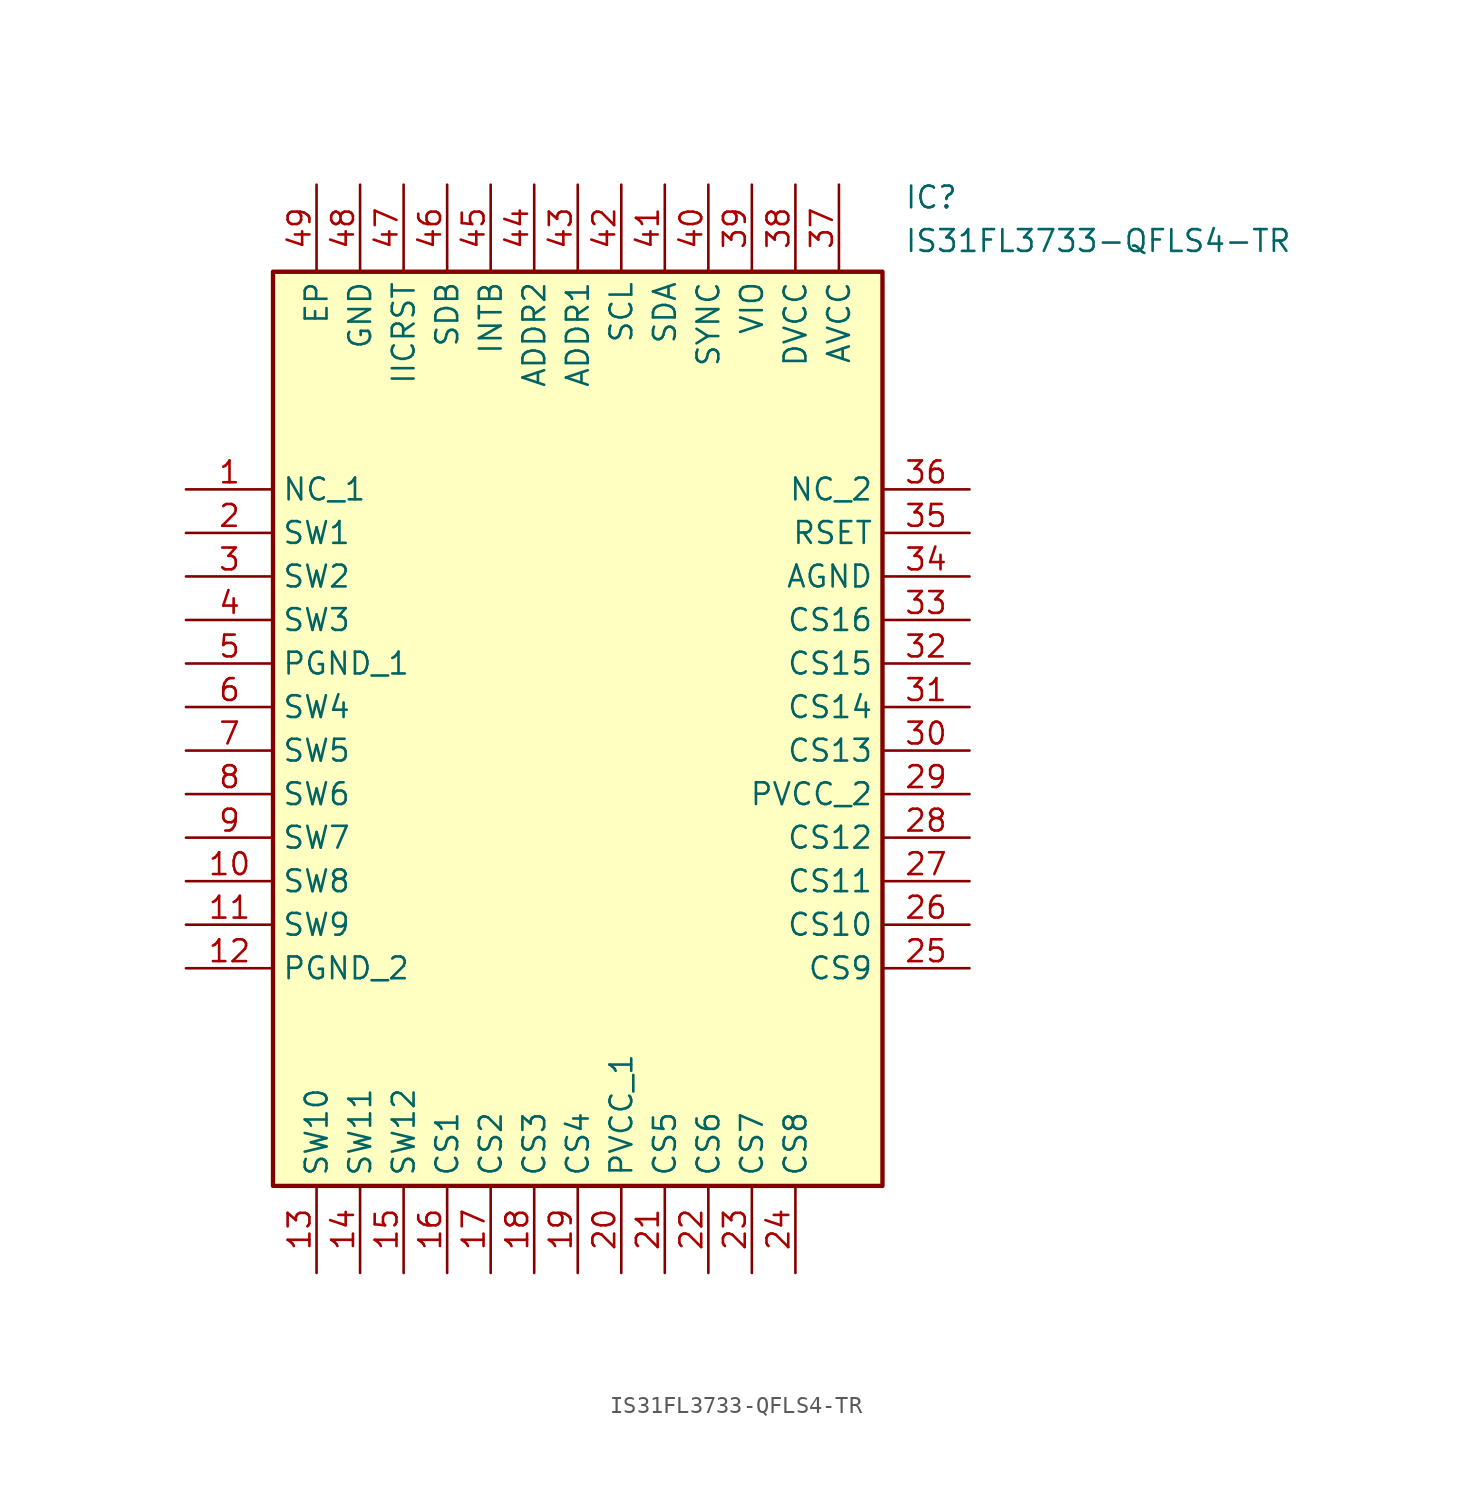
<source format=kicad_sym>
(kicad_symbol_lib
  (version 20241209)
  (generator "kicad_symbol_editor")
  (generator_version "9.0")
  (symbol "IS31FL3733-QFLS4-TR"
    (property "Reference" "IC"
      (at 41.91 17.78 0)
      (effects (font (size 1.27 1.27)) (justify left top)))
    (property "Value" "IS31FL3733-QFLS4-TR"
      (at 41.91 15.24 0)
      (effects (font (size 1.27 1.27)) (justify left top)))
    (symbol "IS31FL3733-QFLS4-TR_1_1"
      (rectangle (start 5.08 12.7) (end 40.64 -40.64) (stroke (width 0.254) (type default)) (fill (type background)))
      (pin passive line (at 0 0 0) (length 5.08) (name "NC_1" (effects (font (size 1.27 1.27)))) (number "1" (effects (font (size 1.27 1.27)))))
      (pin passive line (at 0 -2.54 0) (length 5.08) (name "SW1" (effects (font (size 1.27 1.27)))) (number "2" (effects (font (size 1.27 1.27)))))
      (pin passive line (at 0 -5.08 0) (length 5.08) (name "SW2" (effects (font (size 1.27 1.27)))) (number "3" (effects (font (size 1.27 1.27)))))
      (pin passive line (at 0 -7.62 0) (length 5.08) (name "SW3" (effects (font (size 1.27 1.27)))) (number "4" (effects (font (size 1.27 1.27)))))
      (pin passive line (at 0 -10.16 0) (length 5.08) (name "PGND_1" (effects (font (size 1.27 1.27)))) (number "5" (effects (font (size 1.27 1.27)))))
      (pin passive line (at 0 -12.7 0) (length 5.08) (name "SW4" (effects (font (size 1.27 1.27)))) (number "6" (effects (font (size 1.27 1.27)))))
      (pin passive line (at 0 -15.24 0) (length 5.08) (name "SW5" (effects (font (size 1.27 1.27)))) (number "7" (effects (font (size 1.27 1.27)))))
      (pin passive line (at 0 -17.78 0) (length 5.08) (name "SW6" (effects (font (size 1.27 1.27)))) (number "8" (effects (font (size 1.27 1.27)))))
      (pin passive line (at 0 -20.32 0) (length 5.08) (name "SW7" (effects (font (size 1.27 1.27)))) (number "9" (effects (font (size 1.27 1.27)))))
      (pin passive line (at 0 -22.86 0) (length 5.08) (name "SW8" (effects (font (size 1.27 1.27)))) (number "10" (effects (font (size 1.27 1.27)))))
      (pin passive line (at 0 -25.4 0) (length 5.08) (name "SW9" (effects (font (size 1.27 1.27)))) (number "11" (effects (font (size 1.27 1.27)))))
      (pin passive line (at 0 -27.94 0) (length 5.08) (name "PGND_2" (effects (font (size 1.27 1.27)))) (number "12" (effects (font (size 1.27 1.27)))))
      (pin passive line (at 7.62 17.78 270) (length 5.08) (name "EP" (effects (font (size 1.27 1.27)))) (number "49" (effects (font (size 1.27 1.27)))))
      (pin passive line (at 7.62 -45.72 90) (length 5.08) (name "SW10" (effects (font (size 1.27 1.27)))) (number "13" (effects (font (size 1.27 1.27)))))
      (pin passive line (at 10.16 17.78 270) (length 5.08) (name "GND" (effects (font (size 1.27 1.27)))) (number "48" (effects (font (size 1.27 1.27)))))
      (pin passive line (at 10.16 -45.72 90) (length 5.08) (name "SW11" (effects (font (size 1.27 1.27)))) (number "14" (effects (font (size 1.27 1.27)))))
      (pin passive line (at 12.7 17.78 270) (length 5.08) (name "IICRST" (effects (font (size 1.27 1.27)))) (number "47" (effects (font (size 1.27 1.27)))))
      (pin passive line (at 12.7 -45.72 90) (length 5.08) (name "SW12" (effects (font (size 1.27 1.27)))) (number "15" (effects (font (size 1.27 1.27)))))
      (pin passive line (at 15.24 17.78 270) (length 5.08) (name "SDB" (effects (font (size 1.27 1.27)))) (number "46" (effects (font (size 1.27 1.27)))))
      (pin passive line (at 15.24 -45.72 90) (length 5.08) (name "CS1" (effects (font (size 1.27 1.27)))) (number "16" (effects (font (size 1.27 1.27)))))
      (pin passive line (at 17.78 17.78 270) (length 5.08) (name "INTB" (effects (font (size 1.27 1.27)))) (number "45" (effects (font (size 1.27 1.27)))))
      (pin passive line (at 17.78 -45.72 90) (length 5.08) (name "CS2" (effects (font (size 1.27 1.27)))) (number "17" (effects (font (size 1.27 1.27)))))
      (pin passive line (at 20.32 17.78 270) (length 5.08) (name "ADDR2" (effects (font (size 1.27 1.27)))) (number "44" (effects (font (size 1.27 1.27)))))
      (pin passive line (at 20.32 -45.72 90) (length 5.08) (name "CS3" (effects (font (size 1.27 1.27)))) (number "18" (effects (font (size 1.27 1.27)))))
      (pin passive line (at 22.86 17.78 270) (length 5.08) (name "ADDR1" (effects (font (size 1.27 1.27)))) (number "43" (effects (font (size 1.27 1.27)))))
      (pin passive line (at 22.86 -45.72 90) (length 5.08) (name "CS4" (effects (font (size 1.27 1.27)))) (number "19" (effects (font (size 1.27 1.27)))))
      (pin passive line (at 25.4 17.78 270) (length 5.08) (name "SCL" (effects (font (size 1.27 1.27)))) (number "42" (effects (font (size 1.27 1.27)))))
      (pin passive line (at 25.4 -45.72 90) (length 5.08) (name "PVCC_1" (effects (font (size 1.27 1.27)))) (number "20" (effects (font (size 1.27 1.27)))))
      (pin passive line (at 27.94 17.78 270) (length 5.08) (name "SDA" (effects (font (size 1.27 1.27)))) (number "41" (effects (font (size 1.27 1.27)))))
      (pin passive line (at 27.94 -45.72 90) (length 5.08) (name "CS5" (effects (font (size 1.27 1.27)))) (number "21" (effects (font (size 1.27 1.27)))))
      (pin passive line (at 30.48 17.78 270) (length 5.08) (name "SYNC" (effects (font (size 1.27 1.27)))) (number "40" (effects (font (size 1.27 1.27)))))
      (pin passive line (at 30.48 -45.72 90) (length 5.08) (name "CS6" (effects (font (size 1.27 1.27)))) (number "22" (effects (font (size 1.27 1.27)))))
      (pin passive line (at 33.02 17.78 270) (length 5.08) (name "VIO" (effects (font (size 1.27 1.27)))) (number "39" (effects (font (size 1.27 1.27)))))
      (pin passive line (at 33.02 -45.72 90) (length 5.08) (name "CS7" (effects (font (size 1.27 1.27)))) (number "23" (effects (font (size 1.27 1.27)))))
      (pin passive line (at 35.56 17.78 270) (length 5.08) (name "DVCC" (effects (font (size 1.27 1.27)))) (number "38" (effects (font (size 1.27 1.27)))))
      (pin passive line (at 35.56 -45.72 90) (length 5.08) (name "CS8" (effects (font (size 1.27 1.27)))) (number "24" (effects (font (size 1.27 1.27)))))
      (pin passive line (at 38.1 17.78 270) (length 5.08) (name "AVCC" (effects (font (size 1.27 1.27)))) (number "37" (effects (font (size 1.27 1.27)))))
      (pin passive line (at 45.72 0 180) (length 5.08) (name "NC_2" (effects (font (size 1.27 1.27)))) (number "36" (effects (font (size 1.27 1.27)))))
      (pin passive line (at 45.72 -2.54 180) (length 5.08) (name "RSET" (effects (font (size 1.27 1.27)))) (number "35" (effects (font (size 1.27 1.27)))))
      (pin passive line (at 45.72 -5.08 180) (length 5.08) (name "AGND" (effects (font (size 1.27 1.27)))) (number "34" (effects (font (size 1.27 1.27)))))
      (pin passive line (at 45.72 -7.62 180) (length 5.08) (name "CS16" (effects (font (size 1.27 1.27)))) (number "33" (effects (font (size 1.27 1.27)))))
      (pin passive line (at 45.72 -10.16 180) (length 5.08) (name "CS15" (effects (font (size 1.27 1.27)))) (number "32" (effects (font (size 1.27 1.27)))))
      (pin passive line (at 45.72 -12.7 180) (length 5.08) (name "CS14" (effects (font (size 1.27 1.27)))) (number "31" (effects (font (size 1.27 1.27)))))
      (pin passive line (at 45.72 -15.24 180) (length 5.08) (name "CS13" (effects (font (size 1.27 1.27)))) (number "30" (effects (font (size 1.27 1.27)))))
      (pin passive line (at 45.72 -17.78 180) (length 5.08) (name "PVCC_2" (effects (font (size 1.27 1.27)))) (number "29" (effects (font (size 1.27 1.27)))))
      (pin passive line (at 45.72 -20.32 180) (length 5.08) (name "CS12" (effects (font (size 1.27 1.27)))) (number "28" (effects (font (size 1.27 1.27)))))
      (pin passive line (at 45.72 -22.86 180) (length 5.08) (name "CS11" (effects (font (size 1.27 1.27)))) (number "27" (effects (font (size 1.27 1.27)))))
      (pin passive line (at 45.72 -25.4 180) (length 5.08) (name "CS10" (effects (font (size 1.27 1.27)))) (number "26" (effects (font (size 1.27 1.27)))))
      (pin passive line (at 45.72 -27.94 180) (length 5.08) (name "CS9" (effects (font (size 1.27 1.27)))) (number "25" (effects (font (size 1.27 1.27))))))))
</source>
